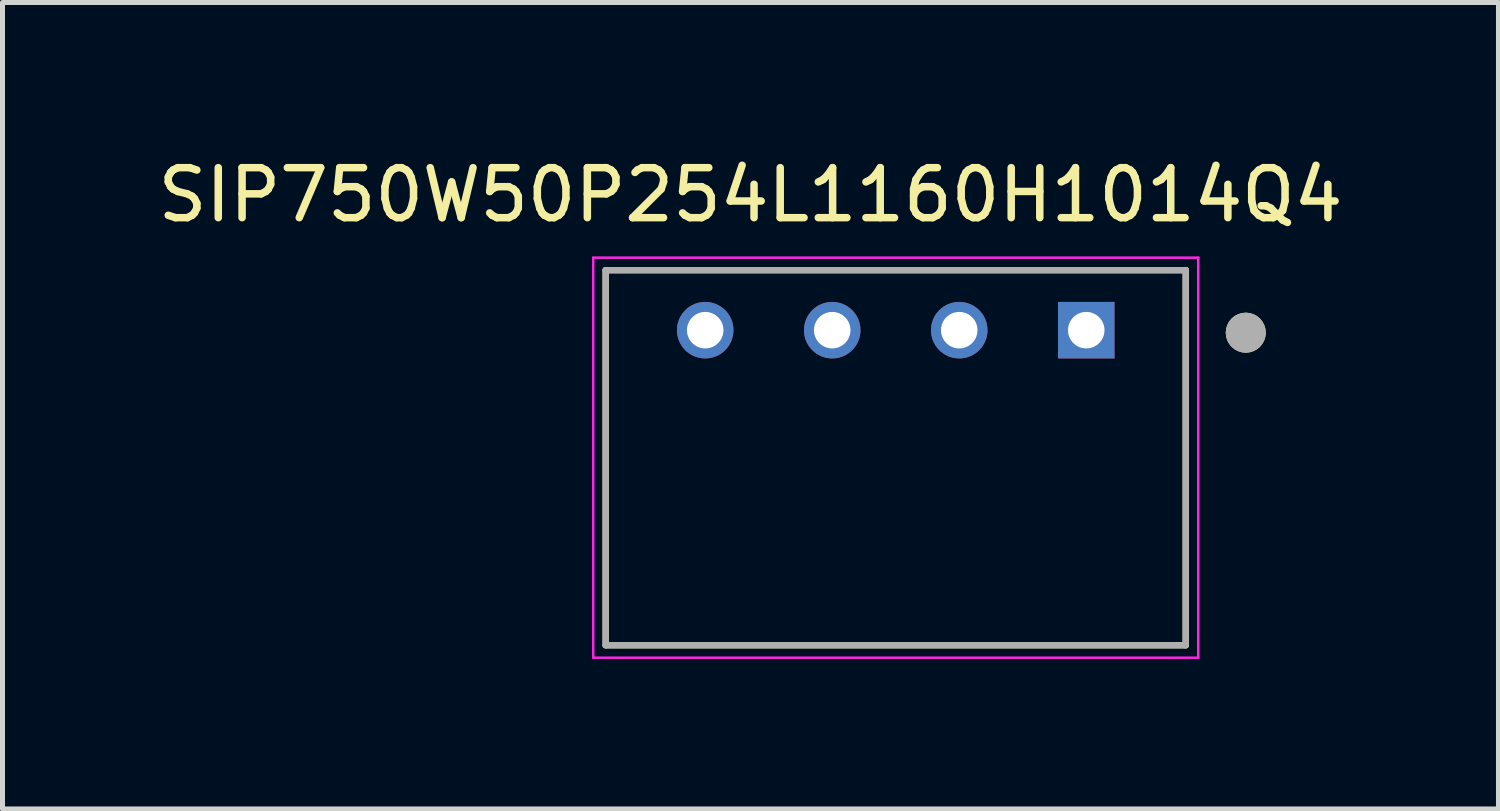
<source format=kicad_pcb>
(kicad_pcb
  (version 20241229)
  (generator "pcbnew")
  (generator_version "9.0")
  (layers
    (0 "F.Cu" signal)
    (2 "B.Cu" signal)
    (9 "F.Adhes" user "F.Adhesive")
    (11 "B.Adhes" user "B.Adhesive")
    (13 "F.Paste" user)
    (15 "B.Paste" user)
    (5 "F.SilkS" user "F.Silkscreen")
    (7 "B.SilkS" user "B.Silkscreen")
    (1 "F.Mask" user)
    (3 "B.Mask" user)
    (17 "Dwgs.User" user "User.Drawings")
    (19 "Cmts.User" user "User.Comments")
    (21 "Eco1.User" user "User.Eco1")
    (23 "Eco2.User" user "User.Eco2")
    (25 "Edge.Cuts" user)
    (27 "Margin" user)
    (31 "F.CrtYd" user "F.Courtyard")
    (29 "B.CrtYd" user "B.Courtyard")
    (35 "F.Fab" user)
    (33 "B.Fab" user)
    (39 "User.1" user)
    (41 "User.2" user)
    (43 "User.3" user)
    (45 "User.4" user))
  (footprint "SIP750W50P254L1160H1014Q4"
    (layer "F.Cu")
    (at 14.863 6.103)
    (property "Reference" "SIP750W50P254L1160H1014Q4" (at -2.905 -5.255 0) (layer "F.SilkS") (effects (font (size 1 1) (thickness 0.15))))
    (attr through_hole)
    (fp_line (start -5.8 -3.75) (end 5.8 -3.75) (stroke (width 0.127) (type solid)) (layer "F.SilkS"))
    (fp_line (start -5.8 3.75) (end -5.8 -3.75) (stroke (width 0.127) (type solid)) (layer "F.SilkS"))
    (fp_line (start 5.8 -3.75) (end 5.8 3.75) (stroke (width 0.127) (type solid)) (layer "F.SilkS"))
    (fp_line (start 5.8 3.75) (end -5.8 3.75) (stroke (width 0.127) (type solid)) (layer "F.SilkS"))
    (fp_circle (center 7 -2.5) (end 7.2 -2.5) (stroke (width 0.4) (type solid)) (fill no) (layer "F.SilkS"))
    (fp_line (start -6.05 -4) (end 6.05 -4) (stroke (width 0.05) (type solid)) (layer "F.CrtYd"))
    (fp_line (start -6.05 4) (end -6.05 -4) (stroke (width 0.05) (type solid)) (layer "F.CrtYd"))
    (fp_line (start 6.05 -4) (end 6.05 4) (stroke (width 0.05) (type solid)) (layer "F.CrtYd"))
    (fp_line (start 6.05 4) (end -6.05 4) (stroke (width 0.05) (type solid)) (layer "F.CrtYd"))
    (fp_line (start -5.8 -3.75) (end 5.8 -3.75) (stroke (width 0.127) (type solid)) (layer "F.Fab"))
    (fp_line (start -5.8 3.75) (end -5.8 -3.75) (stroke (width 0.127) (type solid)) (layer "F.Fab"))
    (fp_line (start 5.8 -3.75) (end 5.8 3.75) (stroke (width 0.127) (type solid)) (layer "F.Fab"))
    (fp_line (start 5.8 3.75) (end -5.8 3.75) (stroke (width 0.127) (type solid)) (layer "F.Fab"))
    (fp_circle (center 7 -2.5) (end 7.2 -2.5) (stroke (width 0.4) (type solid)) (fill no) (layer "F.Fab"))
    (pad "1" thru_hole rect (at 3.81 -2.55) (size 1.13 1.13) (drill 0.73) (layers "*.Cu" "*.Mask"))
    (pad "2" thru_hole circle (at 1.27 -2.55) (size 1.13 1.13) (drill 0.73) (layers "*.Cu" "*.Mask"))
    (pad "3" thru_hole circle (at -1.27 -2.55) (size 1.13 1.13) (drill 0.73) (layers "*.Cu" "*.Mask"))
    (pad "4" thru_hole circle (at -3.81 -2.55) (size 1.13 1.13) (drill 0.73) (layers "*.Cu" "*.Mask")))
  (gr_rect
    (start -3 -3)
    (end 26.917 13.128)
    (stroke (width 0.1) (type default))
    (fill no)
    (layer "Edge.Cuts")))
</source>
